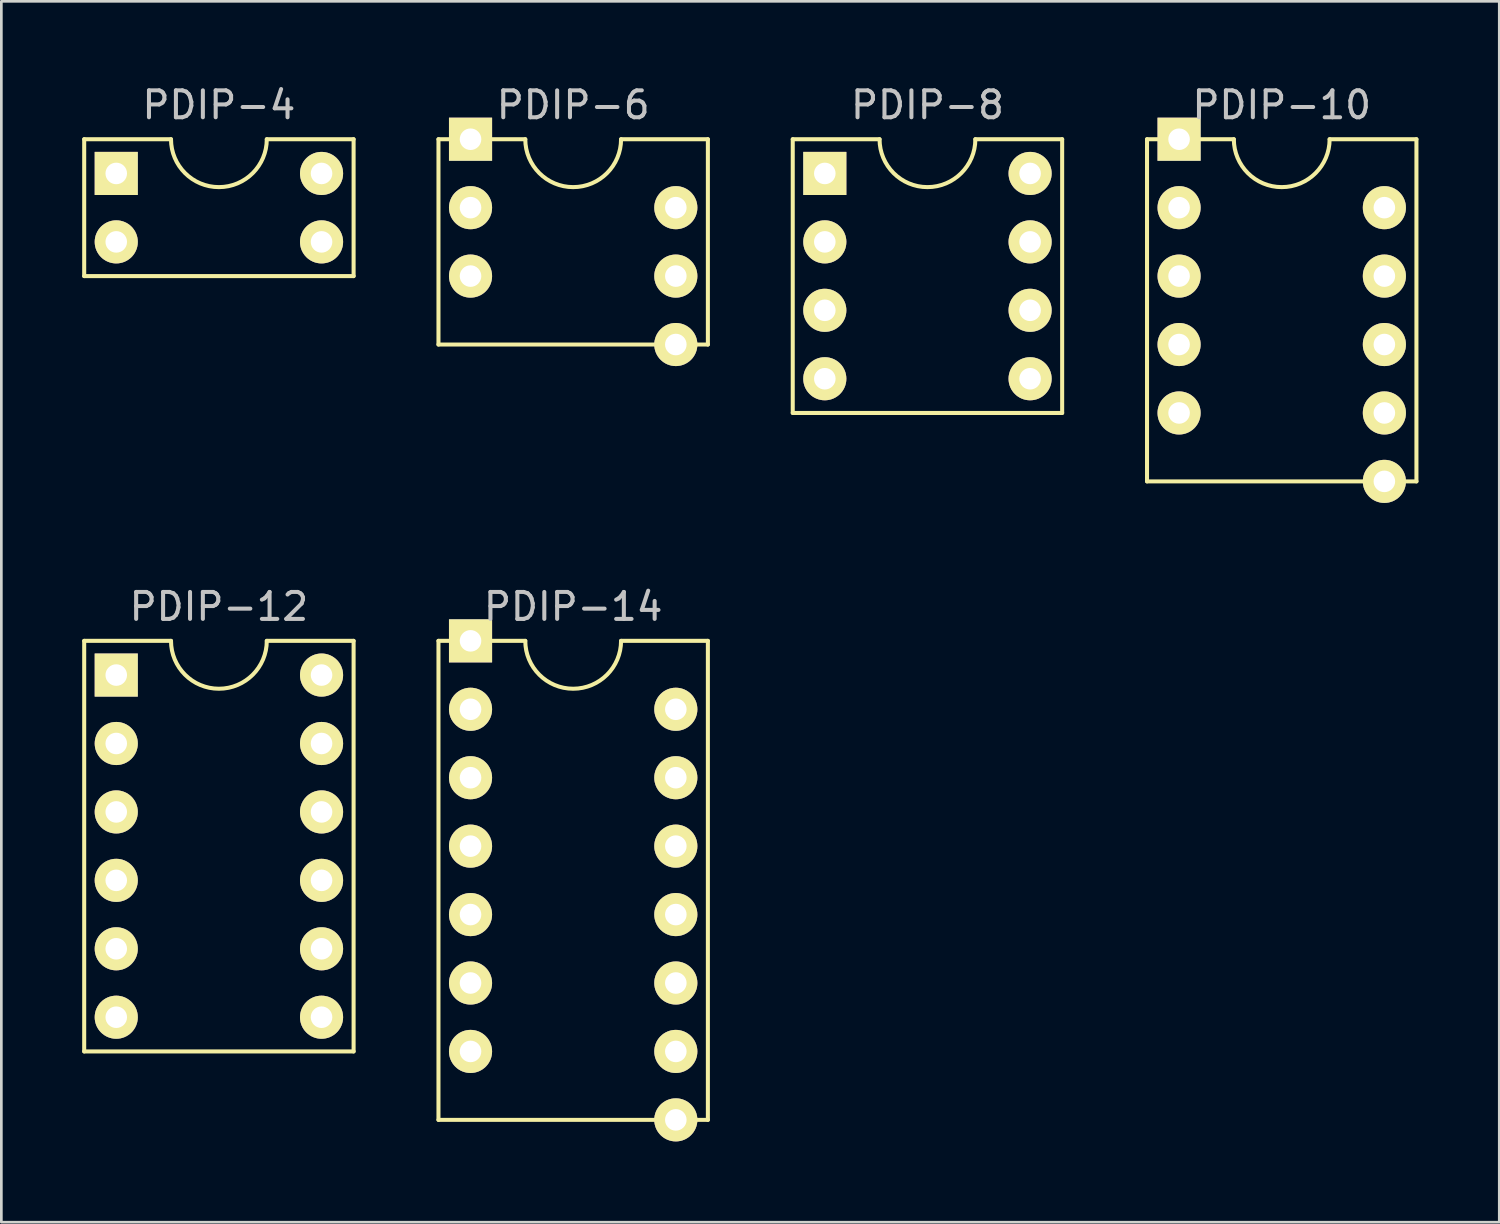
<source format=kicad_pcb>
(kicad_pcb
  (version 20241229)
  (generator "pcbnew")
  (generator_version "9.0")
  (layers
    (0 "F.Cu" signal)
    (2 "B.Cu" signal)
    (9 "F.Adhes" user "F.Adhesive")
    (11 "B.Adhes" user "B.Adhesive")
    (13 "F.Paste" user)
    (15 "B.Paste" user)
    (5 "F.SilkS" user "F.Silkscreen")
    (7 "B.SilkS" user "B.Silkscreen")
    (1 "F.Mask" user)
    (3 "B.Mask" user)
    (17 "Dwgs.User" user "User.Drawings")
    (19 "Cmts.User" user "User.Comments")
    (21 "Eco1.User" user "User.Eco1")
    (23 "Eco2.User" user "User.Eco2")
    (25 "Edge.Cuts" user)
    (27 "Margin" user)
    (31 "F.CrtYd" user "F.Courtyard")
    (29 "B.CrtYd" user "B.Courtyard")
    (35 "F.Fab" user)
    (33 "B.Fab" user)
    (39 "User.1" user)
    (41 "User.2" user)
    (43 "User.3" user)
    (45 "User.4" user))
  (footprint "PDIP-6"
    (layer "F.Cu")
    (at 18.225 5.928)
    (property "Reference" "PDIP-6" (at 0 -5.08 0) (layer "Dwgs.User") (effects (font (size 1 1) (thickness 0.15))))
    (attr through_hole)
    (fp_line (start -5 -3.81) (end -5 3.81) (stroke (width 0.15) (type solid)) (layer "F.SilkS"))
    (fp_line (start -5 3.81) (end 5 3.81) (stroke (width 0.15) (type solid)) (layer "F.SilkS"))
    (fp_line (start -1.778 -3.81) (end -5 -3.81) (stroke (width 0.15) (type solid)) (layer "F.SilkS"))
    (fp_line (start 5 -3.81) (end 1.778 -3.81) (stroke (width 0.15) (type solid)) (layer "F.SilkS"))
    (fp_line (start 5 3.81) (end 5 -3.81) (stroke (width 0.15) (type solid)) (layer "F.SilkS"))
    (fp_arc (start 1.7775 -3.81) (mid 0 -2.0325) (end -1.7775 -3.81) (stroke (width 0.15) (type solid)) (layer "F.SilkS"))
    (pad "1" thru_hole rect (at -3.81 -3.81) (size 1.6 1.6) (drill 0.8) (layers "*.Cu" "*.Mask" "F.SilkS"))
    (pad "2" thru_hole circle (at -3.81 -1.27) (size 1.6 1.6) (drill 0.8) (layers "*.Cu" "*.Mask" "F.SilkS"))
    (pad "3" thru_hole circle (at -3.81 1.27) (size 1.6 1.6) (drill 0.8) (layers "*.Cu" "*.Mask" "F.SilkS"))
    (pad "4" thru_hole circle (at 3.81 3.81) (size 1.6 1.6) (drill 0.8) (layers "*.Cu" "*.Mask" "F.SilkS"))
    (pad "5" thru_hole circle (at 3.81 1.27) (size 1.6 1.6) (drill 0.8) (layers "*.Cu" "*.Mask" "F.SilkS"))
    (pad "6" thru_hole circle (at 3.81 -1.27) (size 1.6 1.6) (drill 0.8) (layers "*.Cu" "*.Mask" "F.SilkS")))
  (footprint "PDIP-8"
    (layer "F.Cu")
    (at 31.375 7.198)
    (property "Reference" "PDIP-8" (at 0 -6.35 0) (layer "Dwgs.User") (effects (font (size 1 1) (thickness 0.15))))
    (attr through_hole)
    (fp_line (start -5 -5.08) (end -5 5.08) (stroke (width 0.15) (type solid)) (layer "F.SilkS"))
    (fp_line (start -5 5.08) (end 5 5.08) (stroke (width 0.15) (type solid)) (layer "F.SilkS"))
    (fp_line (start -1.778 -5.08) (end -5 -5.08) (stroke (width 0.15) (type solid)) (layer "F.SilkS"))
    (fp_line (start 5 -5.08) (end 1.778 -5.08) (stroke (width 0.15) (type solid)) (layer "F.SilkS"))
    (fp_line (start 5 5.08) (end 5 -5.08) (stroke (width 0.15) (type solid)) (layer "F.SilkS"))
    (fp_arc (start 1.7775 -5.08) (mid 0 -3.3025) (end -1.7775 -5.08) (stroke (width 0.15) (type solid)) (layer "F.SilkS"))
    (pad "1" thru_hole rect (at -3.81 -3.81) (size 1.6 1.6) (drill 0.8) (layers "*.Cu" "*.Mask" "F.SilkS"))
    (pad "2" thru_hole circle (at -3.81 -1.27) (size 1.6 1.6) (drill 0.8) (layers "*.Cu" "*.Mask" "F.SilkS"))
    (pad "3" thru_hole circle (at -3.81 1.27) (size 1.6 1.6) (drill 0.8) (layers "*.Cu" "*.Mask" "F.SilkS"))
    (pad "4" thru_hole circle (at -3.81 3.81) (size 1.6 1.6) (drill 0.8) (layers "*.Cu" "*.Mask" "F.SilkS"))
    (pad "5" thru_hole circle (at 3.81 3.81) (size 1.6 1.6) (drill 0.8) (layers "*.Cu" "*.Mask" "F.SilkS"))
    (pad "6" thru_hole circle (at 3.81 1.27) (size 1.6 1.6) (drill 0.8) (layers "*.Cu" "*.Mask" "F.SilkS"))
    (pad "7" thru_hole circle (at 3.81 -1.27) (size 1.6 1.6) (drill 0.8) (layers "*.Cu" "*.Mask" "F.SilkS"))
    (pad "8" thru_hole circle (at 3.81 -3.81) (size 1.6 1.6) (drill 0.8) (layers "*.Cu" "*.Mask" "F.SilkS")))
  (footprint "PDIP-10"
    (layer "F.Cu")
    (at 44.525 8.468)
    (property "Reference" "PDIP-10" (at 0 -7.62 0) (layer "Dwgs.User") (effects (font (size 1 1) (thickness 0.15))))
    (attr through_hole)
    (fp_line (start -5 -6.35) (end -5 6.35) (stroke (width 0.15) (type solid)) (layer "F.SilkS"))
    (fp_line (start -5 6.35) (end 5 6.35) (stroke (width 0.15) (type solid)) (layer "F.SilkS"))
    (fp_line (start -1.778 -6.35) (end -5 -6.35) (stroke (width 0.15) (type solid)) (layer "F.SilkS"))
    (fp_line (start 5 -6.35) (end 1.778 -6.35) (stroke (width 0.15) (type solid)) (layer "F.SilkS"))
    (fp_line (start 5 6.35) (end 5 -6.35) (stroke (width 0.15) (type solid)) (layer "F.SilkS"))
    (fp_arc (start 1.7775 -6.35) (mid 0 -4.5725) (end -1.7775 -6.35) (stroke (width 0.15) (type solid)) (layer "F.SilkS"))
    (pad "1" thru_hole rect (at -3.81 -6.35) (size 1.6 1.6) (drill 0.8) (layers "*.Cu" "*.Mask" "F.SilkS"))
    (pad "2" thru_hole circle (at -3.81 -3.81) (size 1.6 1.6) (drill 0.8) (layers "*.Cu" "*.Mask" "F.SilkS"))
    (pad "3" thru_hole circle (at -3.81 -1.27) (size 1.6 1.6) (drill 0.8) (layers "*.Cu" "*.Mask" "F.SilkS"))
    (pad "4" thru_hole circle (at -3.81 1.27) (size 1.6 1.6) (drill 0.8) (layers "*.Cu" "*.Mask" "F.SilkS"))
    (pad "5" thru_hole circle (at -3.81 3.81) (size 1.6 1.6) (drill 0.8) (layers "*.Cu" "*.Mask" "F.SilkS"))
    (pad "6" thru_hole circle (at 3.81 6.35) (size 1.6 1.6) (drill 0.8) (layers "*.Cu" "*.Mask" "F.SilkS"))
    (pad "7" thru_hole circle (at 3.81 3.81) (size 1.6 1.6) (drill 0.8) (layers "*.Cu" "*.Mask" "F.SilkS"))
    (pad "8" thru_hole circle (at 3.81 1.27) (size 1.6 1.6) (drill 0.8) (layers "*.Cu" "*.Mask" "F.SilkS"))
    (pad "9" thru_hole circle (at 3.81 -1.27) (size 1.6 1.6) (drill 0.8) (layers "*.Cu" "*.Mask" "F.SilkS"))
    (pad "10" thru_hole circle (at 3.81 -3.81) (size 1.6 1.6) (drill 0.8) (layers "*.Cu" "*.Mask" "F.SilkS")))
  (footprint "PDIP-12"
    (layer "F.Cu")
    (at 5.075 28.357)
    (property "Reference" "PDIP-12" (at 0 -8.89 0) (layer "Dwgs.User") (effects (font (size 1 1) (thickness 0.15))))
    (attr through_hole)
    (fp_line (start -5 -7.62) (end -5 7.62) (stroke (width 0.15) (type solid)) (layer "F.SilkS"))
    (fp_line (start -5 7.62) (end 5 7.62) (stroke (width 0.15) (type solid)) (layer "F.SilkS"))
    (fp_line (start -1.778 -7.62) (end -5 -7.62) (stroke (width 0.15) (type solid)) (layer "F.SilkS"))
    (fp_line (start 5 -7.62) (end 1.778 -7.62) (stroke (width 0.15) (type solid)) (layer "F.SilkS"))
    (fp_line (start 5 7.62) (end 5 -7.62) (stroke (width 0.15) (type solid)) (layer "F.SilkS"))
    (fp_arc (start 1.7775 -7.62) (mid 0 -5.8425) (end -1.7775 -7.62) (stroke (width 0.15) (type solid)) (layer "F.SilkS"))
    (pad "1" thru_hole rect (at -3.81 -6.35) (size 1.6 1.6) (drill 0.8) (layers "*.Cu" "*.Mask" "F.SilkS"))
    (pad "2" thru_hole circle (at -3.81 -3.81) (size 1.6 1.6) (drill 0.8) (layers "*.Cu" "*.Mask" "F.SilkS"))
    (pad "3" thru_hole circle (at -3.81 -1.27) (size 1.6 1.6) (drill 0.8) (layers "*.Cu" "*.Mask" "F.SilkS"))
    (pad "4" thru_hole circle (at -3.81 1.27) (size 1.6 1.6) (drill 0.8) (layers "*.Cu" "*.Mask" "F.SilkS"))
    (pad "5" thru_hole circle (at -3.81 3.81) (size 1.6 1.6) (drill 0.8) (layers "*.Cu" "*.Mask" "F.SilkS"))
    (pad "6" thru_hole circle (at -3.81 6.35) (size 1.6 1.6) (drill 0.8) (layers "*.Cu" "*.Mask" "F.SilkS"))
    (pad "7" thru_hole circle (at 3.81 6.35) (size 1.6 1.6) (drill 0.8) (layers "*.Cu" "*.Mask" "F.SilkS"))
    (pad "8" thru_hole circle (at 3.81 3.81) (size 1.6 1.6) (drill 0.8) (layers "*.Cu" "*.Mask" "F.SilkS"))
    (pad "9" thru_hole circle (at 3.81 1.27) (size 1.6 1.6) (drill 0.8) (layers "*.Cu" "*.Mask" "F.SilkS"))
    (pad "10" thru_hole circle (at 3.81 -1.27) (size 1.6 1.6) (drill 0.8) (layers "*.Cu" "*.Mask" "F.SilkS"))
    (pad "11" thru_hole circle (at 3.81 -3.81) (size 1.6 1.6) (drill 0.8) (layers "*.Cu" "*.Mask" "F.SilkS"))
    (pad "12" thru_hole circle (at 3.81 -6.35) (size 1.6 1.6) (drill 0.8) (layers "*.Cu" "*.Mask" "F.SilkS")))
  (footprint "PDIP-14"
    (layer "F.Cu")
    (at 18.225 29.627)
    (property "Reference" "PDIP-14" (at 0 -10.16 0) (layer "Dwgs.User") (effects (font (size 1 1) (thickness 0.15))))
    (attr through_hole)
    (fp_line (start -5 -8.89) (end -5 8.89) (stroke (width 0.15) (type solid)) (layer "F.SilkS"))
    (fp_line (start -5 8.89) (end 5 8.89) (stroke (width 0.15) (type solid)) (layer "F.SilkS"))
    (fp_line (start -1.778 -8.89) (end -5 -8.89) (stroke (width 0.15) (type solid)) (layer "F.SilkS"))
    (fp_line (start 5 -8.89) (end 1.778 -8.89) (stroke (width 0.15) (type solid)) (layer "F.SilkS"))
    (fp_line (start 5 8.89) (end 5 -8.89) (stroke (width 0.15) (type solid)) (layer "F.SilkS"))
    (fp_arc (start 1.7775 -8.89) (mid 0 -7.1125) (end -1.7775 -8.89) (stroke (width 0.15) (type solid)) (layer "F.SilkS"))
    (pad "1" thru_hole rect (at -3.81 -8.89) (size 1.6 1.6) (drill 0.8) (layers "*.Cu" "*.Mask" "F.SilkS"))
    (pad "2" thru_hole circle (at -3.81 -6.35) (size 1.6 1.6) (drill 0.8) (layers "*.Cu" "*.Mask" "F.SilkS"))
    (pad "3" thru_hole circle (at -3.81 -3.81) (size 1.6 1.6) (drill 0.8) (layers "*.Cu" "*.Mask" "F.SilkS"))
    (pad "4" thru_hole circle (at -3.81 -1.27) (size 1.6 1.6) (drill 0.8) (layers "*.Cu" "*.Mask" "F.SilkS"))
    (pad "5" thru_hole circle (at -3.81 1.27) (size 1.6 1.6) (drill 0.8) (layers "*.Cu" "*.Mask" "F.SilkS"))
    (pad "6" thru_hole circle (at -3.81 3.81) (size 1.6 1.6) (drill 0.8) (layers "*.Cu" "*.Mask" "F.SilkS"))
    (pad "7" thru_hole circle (at -3.81 6.35) (size 1.6 1.6) (drill 0.8) (layers "*.Cu" "*.Mask" "F.SilkS"))
    (pad "8" thru_hole circle (at 3.81 8.89) (size 1.6 1.6) (drill 0.8) (layers "*.Cu" "*.Mask" "F.SilkS"))
    (pad "9" thru_hole circle (at 3.81 6.35) (size 1.6 1.6) (drill 0.8) (layers "*.Cu" "*.Mask" "F.SilkS"))
    (pad "10" thru_hole circle (at 3.81 3.81) (size 1.6 1.6) (drill 0.8) (layers "*.Cu" "*.Mask" "F.SilkS"))
    (pad "11" thru_hole circle (at 3.81 1.27) (size 1.6 1.6) (drill 0.8) (layers "*.Cu" "*.Mask" "F.SilkS"))
    (pad "12" thru_hole circle (at 3.81 -1.27) (size 1.6 1.6) (drill 0.8) (layers "*.Cu" "*.Mask" "F.SilkS"))
    (pad "13" thru_hole circle (at 3.81 -3.81) (size 1.6 1.6) (drill 0.8) (layers "*.Cu" "*.Mask" "F.SilkS"))
    (pad "14" thru_hole circle (at 3.81 -6.35) (size 1.6 1.6) (drill 0.8) (layers "*.Cu" "*.Mask" "F.SilkS")))
  (footprint "PDIP-4"
    (layer "F.Cu")
    (at 5.075 4.658)
    (property "Reference" "PDIP-4" (at 0 -3.81 0) (layer "Dwgs.User") (effects (font (size 1 1) (thickness 0.15))))
    (attr through_hole)
    (fp_line (start -5 -2.54) (end -5 2.54) (stroke (width 0.15) (type solid)) (layer "F.SilkS"))
    (fp_line (start -5 2.54) (end 5 2.54) (stroke (width 0.15) (type solid)) (layer "F.SilkS"))
    (fp_line (start -1.778 -2.54) (end -5 -2.54) (stroke (width 0.15) (type solid)) (layer "F.SilkS"))
    (fp_line (start 5 -2.54) (end 1.778 -2.54) (stroke (width 0.15) (type solid)) (layer "F.SilkS"))
    (fp_line (start 5 2.54) (end 5 -2.54) (stroke (width 0.15) (type solid)) (layer "F.SilkS"))
    (fp_arc (start 1.7775 -2.54) (mid 0 -0.7625) (end -1.7775 -2.54) (stroke (width 0.15) (type solid)) (layer "F.SilkS"))
    (pad "1" thru_hole rect (at -3.81 -1.27) (size 1.6 1.6) (drill 0.8) (layers "*.Cu" "*.Mask" "F.SilkS"))
    (pad "2" thru_hole circle (at -3.81 1.27) (size 1.6 1.6) (drill 0.8) (layers "*.Cu" "*.Mask" "F.SilkS"))
    (pad "3" thru_hole circle (at 3.81 1.27) (size 1.6 1.6) (drill 0.8) (layers "*.Cu" "*.Mask" "F.SilkS"))
    (pad "4" thru_hole circle (at 3.81 -1.27) (size 1.6 1.6) (drill 0.8) (layers "*.Cu" "*.Mask" "F.SilkS")))
  (gr_rect
    (start -3 -3)
    (end 52.6 42.316)
    (stroke (width 0.1) (type default))
    (fill no)
    (layer "Edge.Cuts")))
</source>
